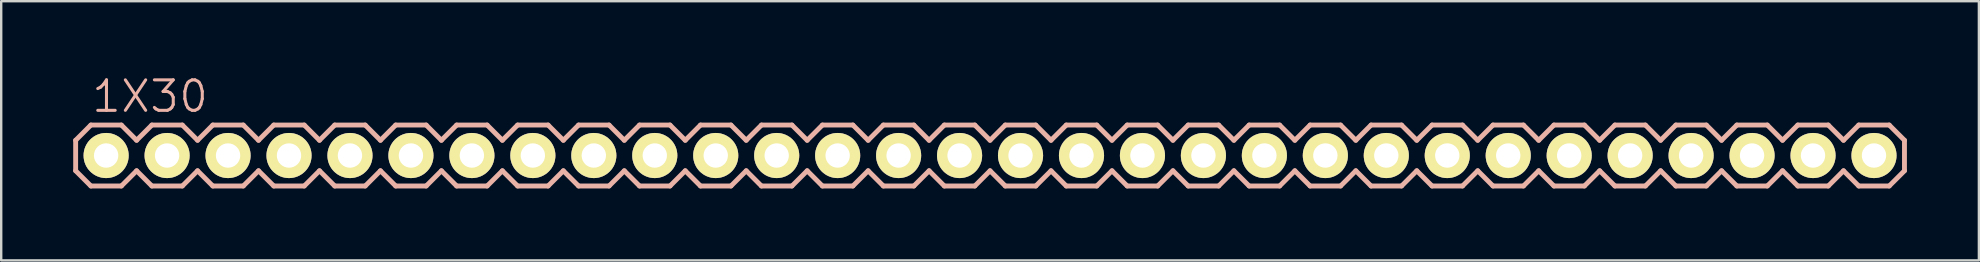
<source format=kicad_pcb>
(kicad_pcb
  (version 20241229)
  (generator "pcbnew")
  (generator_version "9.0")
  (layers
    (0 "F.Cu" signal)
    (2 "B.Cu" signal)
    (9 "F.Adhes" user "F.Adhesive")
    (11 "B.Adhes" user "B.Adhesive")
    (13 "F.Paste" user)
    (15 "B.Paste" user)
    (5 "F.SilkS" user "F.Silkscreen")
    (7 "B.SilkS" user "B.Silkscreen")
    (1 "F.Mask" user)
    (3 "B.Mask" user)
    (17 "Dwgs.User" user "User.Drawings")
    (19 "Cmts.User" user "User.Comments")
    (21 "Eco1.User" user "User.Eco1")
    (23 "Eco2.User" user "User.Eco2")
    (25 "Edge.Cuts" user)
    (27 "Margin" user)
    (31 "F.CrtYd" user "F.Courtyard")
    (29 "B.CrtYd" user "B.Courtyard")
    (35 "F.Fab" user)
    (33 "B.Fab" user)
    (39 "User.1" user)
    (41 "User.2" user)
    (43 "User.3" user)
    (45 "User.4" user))
  (footprint "1X30"
    (layer "F.Cu")
    (at 1.372 3.43)
    (property "Reference" "1X30" (at 1.829 -2.464 0) (layer "B.SilkS") (effects (font (size 1.27 1.27) (thickness 0.127))))
    (attr exclude_from_pos_files exclude_from_bom)
    (fp_line (start -0.254 -0.254) (end 0.254 -0.254) (stroke (width 0.066) (type solid)) (layer "F.SilkS"))
    (fp_line (start -0.254 0.254) (end -0.254 -0.254) (stroke (width 0.066) (type solid)) (layer "F.SilkS"))
    (fp_line (start -0.254 0.254) (end 0.254 0.254) (stroke (width 0.066) (type solid)) (layer "F.SilkS"))
    (fp_line (start 0.254 0.254) (end 0.254 -0.254) (stroke (width 0.066) (type solid)) (layer "F.SilkS"))
    (fp_line (start 2.286 -0.254) (end 2.794 -0.254) (stroke (width 0.066) (type solid)) (layer "F.SilkS"))
    (fp_line (start 2.286 0.254) (end 2.286 -0.254) (stroke (width 0.066) (type solid)) (layer "F.SilkS"))
    (fp_line (start 2.286 0.254) (end 2.794 0.254) (stroke (width 0.066) (type solid)) (layer "F.SilkS"))
    (fp_line (start 2.794 0.254) (end 2.794 -0.254) (stroke (width 0.066) (type solid)) (layer "F.SilkS"))
    (fp_line (start 4.826 -0.254) (end 5.334 -0.254) (stroke (width 0.066) (type solid)) (layer "F.SilkS"))
    (fp_line (start 4.826 0.254) (end 4.826 -0.254) (stroke (width 0.066) (type solid)) (layer "F.SilkS"))
    (fp_line (start 4.826 0.254) (end 5.334 0.254) (stroke (width 0.066) (type solid)) (layer "F.SilkS"))
    (fp_line (start 5.334 0.254) (end 5.334 -0.254) (stroke (width 0.066) (type solid)) (layer "F.SilkS"))
    (fp_line (start 7.366 -0.254) (end 7.874 -0.254) (stroke (width 0.066) (type solid)) (layer "F.SilkS"))
    (fp_line (start 7.366 0.254) (end 7.366 -0.254) (stroke (width 0.066) (type solid)) (layer "F.SilkS"))
    (fp_line (start 7.366 0.254) (end 7.874 0.254) (stroke (width 0.066) (type solid)) (layer "F.SilkS"))
    (fp_line (start 7.874 0.254) (end 7.874 -0.254) (stroke (width 0.066) (type solid)) (layer "F.SilkS"))
    (fp_line (start 9.906 -0.254) (end 10.414 -0.254) (stroke (width 0.066) (type solid)) (layer "F.SilkS"))
    (fp_line (start 9.906 0.254) (end 9.906 -0.254) (stroke (width 0.066) (type solid)) (layer "F.SilkS"))
    (fp_line (start 9.906 0.254) (end 10.414 0.254) (stroke (width 0.066) (type solid)) (layer "F.SilkS"))
    (fp_line (start 10.414 0.254) (end 10.414 -0.254) (stroke (width 0.066) (type solid)) (layer "F.SilkS"))
    (fp_line (start 12.446 -0.254) (end 12.954 -0.254) (stroke (width 0.066) (type solid)) (layer "F.SilkS"))
    (fp_line (start 12.446 0.254) (end 12.446 -0.254) (stroke (width 0.066) (type solid)) (layer "F.SilkS"))
    (fp_line (start 12.446 0.254) (end 12.954 0.254) (stroke (width 0.066) (type solid)) (layer "F.SilkS"))
    (fp_line (start 12.954 0.254) (end 12.954 -0.254) (stroke (width 0.066) (type solid)) (layer "F.SilkS"))
    (fp_line (start 14.986 -0.254) (end 15.494 -0.254) (stroke (width 0.066) (type solid)) (layer "F.SilkS"))
    (fp_line (start 14.986 0.254) (end 14.986 -0.254) (stroke (width 0.066) (type solid)) (layer "F.SilkS"))
    (fp_line (start 14.986 0.254) (end 15.494 0.254) (stroke (width 0.066) (type solid)) (layer "F.SilkS"))
    (fp_line (start 15.494 0.254) (end 15.494 -0.254) (stroke (width 0.066) (type solid)) (layer "F.SilkS"))
    (fp_line (start 17.523 -0.254) (end 18.034 -0.254) (stroke (width 0.066) (type solid)) (layer "F.SilkS"))
    (fp_line (start 17.523 0.254) (end 17.523 -0.254) (stroke (width 0.066) (type solid)) (layer "F.SilkS"))
    (fp_line (start 17.523 0.254) (end 18.034 0.254) (stroke (width 0.066) (type solid)) (layer "F.SilkS"))
    (fp_line (start 18.034 0.254) (end 18.034 -0.254) (stroke (width 0.066) (type solid)) (layer "F.SilkS"))
    (fp_line (start 20.066 -0.254) (end 20.574 -0.254) (stroke (width 0.066) (type solid)) (layer "F.SilkS"))
    (fp_line (start 20.066 0.254) (end 20.066 -0.254) (stroke (width 0.066) (type solid)) (layer "F.SilkS"))
    (fp_line (start 20.066 0.254) (end 20.574 0.254) (stroke (width 0.066) (type solid)) (layer "F.SilkS"))
    (fp_line (start 20.574 0.254) (end 20.574 -0.254) (stroke (width 0.066) (type solid)) (layer "F.SilkS"))
    (fp_line (start 22.606 -0.254) (end 23.114 -0.254) (stroke (width 0.066) (type solid)) (layer "F.SilkS"))
    (fp_line (start 22.606 0.254) (end 22.606 -0.254) (stroke (width 0.066) (type solid)) (layer "F.SilkS"))
    (fp_line (start 22.606 0.254) (end 23.114 0.254) (stroke (width 0.066) (type solid)) (layer "F.SilkS"))
    (fp_line (start 23.114 0.254) (end 23.114 -0.254) (stroke (width 0.066) (type solid)) (layer "F.SilkS"))
    (fp_line (start 25.146 -0.254) (end 25.654 -0.254) (stroke (width 0.066) (type solid)) (layer "F.SilkS"))
    (fp_line (start 25.146 0.254) (end 25.146 -0.254) (stroke (width 0.066) (type solid)) (layer "F.SilkS"))
    (fp_line (start 25.146 0.254) (end 25.654 0.254) (stroke (width 0.066) (type solid)) (layer "F.SilkS"))
    (fp_line (start 25.654 0.254) (end 25.654 -0.254) (stroke (width 0.066) (type solid)) (layer "F.SilkS"))
    (fp_line (start 27.686 -0.254) (end 28.194 -0.254) (stroke (width 0.066) (type solid)) (layer "F.SilkS"))
    (fp_line (start 27.686 0.254) (end 27.686 -0.254) (stroke (width 0.066) (type solid)) (layer "F.SilkS"))
    (fp_line (start 27.686 0.254) (end 28.194 0.254) (stroke (width 0.066) (type solid)) (layer "F.SilkS"))
    (fp_line (start 28.194 0.254) (end 28.194 -0.254) (stroke (width 0.066) (type solid)) (layer "F.SilkS"))
    (fp_line (start 30.226 -0.254) (end 30.734 -0.254) (stroke (width 0.066) (type solid)) (layer "F.SilkS"))
    (fp_line (start 30.226 0.254) (end 30.226 -0.254) (stroke (width 0.066) (type solid)) (layer "F.SilkS"))
    (fp_line (start 30.226 0.254) (end 30.734 0.254) (stroke (width 0.066) (type solid)) (layer "F.SilkS"))
    (fp_line (start 30.734 0.254) (end 30.734 -0.254) (stroke (width 0.066) (type solid)) (layer "F.SilkS"))
    (fp_line (start 32.766 -0.254) (end 33.274 -0.254) (stroke (width 0.066) (type solid)) (layer "F.SilkS"))
    (fp_line (start 32.766 0.254) (end 32.766 -0.254) (stroke (width 0.066) (type solid)) (layer "F.SilkS"))
    (fp_line (start 32.766 0.254) (end 33.274 0.254) (stroke (width 0.066) (type solid)) (layer "F.SilkS"))
    (fp_line (start 33.274 0.254) (end 33.274 -0.254) (stroke (width 0.066) (type solid)) (layer "F.SilkS"))
    (fp_line (start 35.303 -0.254) (end 35.814 -0.254) (stroke (width 0.066) (type solid)) (layer "F.SilkS"))
    (fp_line (start 35.303 0.254) (end 35.303 -0.254) (stroke (width 0.066) (type solid)) (layer "F.SilkS"))
    (fp_line (start 35.303 0.254) (end 35.814 0.254) (stroke (width 0.066) (type solid)) (layer "F.SilkS"))
    (fp_line (start 35.814 0.254) (end 35.814 -0.254) (stroke (width 0.066) (type solid)) (layer "F.SilkS"))
    (fp_line (start 37.846 -0.254) (end 38.354 -0.254) (stroke (width 0.066) (type solid)) (layer "F.SilkS"))
    (fp_line (start 37.846 0.254) (end 37.846 -0.254) (stroke (width 0.066) (type solid)) (layer "F.SilkS"))
    (fp_line (start 37.846 0.254) (end 38.354 0.254) (stroke (width 0.066) (type solid)) (layer "F.SilkS"))
    (fp_line (start 38.354 0.254) (end 38.354 -0.254) (stroke (width 0.066) (type solid)) (layer "F.SilkS"))
    (fp_line (start 40.386 -0.254) (end 40.894 -0.254) (stroke (width 0.066) (type solid)) (layer "F.SilkS"))
    (fp_line (start 40.386 0.254) (end 40.386 -0.254) (stroke (width 0.066) (type solid)) (layer "F.SilkS"))
    (fp_line (start 40.386 0.254) (end 40.894 0.254) (stroke (width 0.066) (type solid)) (layer "F.SilkS"))
    (fp_line (start 40.894 0.254) (end 40.894 -0.254) (stroke (width 0.066) (type solid)) (layer "F.SilkS"))
    (fp_line (start 42.926 -0.254) (end 43.434 -0.254) (stroke (width 0.066) (type solid)) (layer "F.SilkS"))
    (fp_line (start 42.926 0.254) (end 42.926 -0.254) (stroke (width 0.066) (type solid)) (layer "F.SilkS"))
    (fp_line (start 42.926 0.254) (end 43.434 0.254) (stroke (width 0.066) (type solid)) (layer "F.SilkS"))
    (fp_line (start 43.434 0.254) (end 43.434 -0.254) (stroke (width 0.066) (type solid)) (layer "F.SilkS"))
    (fp_line (start 45.466 -0.254) (end 45.974 -0.254) (stroke (width 0.066) (type solid)) (layer "F.SilkS"))
    (fp_line (start 45.466 0.254) (end 45.466 -0.254) (stroke (width 0.066) (type solid)) (layer "F.SilkS"))
    (fp_line (start 45.466 0.254) (end 45.974 0.254) (stroke (width 0.066) (type solid)) (layer "F.SilkS"))
    (fp_line (start 45.974 0.254) (end 45.974 -0.254) (stroke (width 0.066) (type solid)) (layer "F.SilkS"))
    (fp_line (start 48.006 -0.254) (end 48.514 -0.254) (stroke (width 0.066) (type solid)) (layer "F.SilkS"))
    (fp_line (start 48.006 0.254) (end 48.006 -0.254) (stroke (width 0.066) (type solid)) (layer "F.SilkS"))
    (fp_line (start 48.006 0.254) (end 48.514 0.254) (stroke (width 0.066) (type solid)) (layer "F.SilkS"))
    (fp_line (start 48.514 0.254) (end 48.514 -0.254) (stroke (width 0.066) (type solid)) (layer "F.SilkS"))
    (fp_line (start 50.546 -0.254) (end 51.051 -0.254) (stroke (width 0.066) (type solid)) (layer "F.SilkS"))
    (fp_line (start 50.546 0.254) (end 50.546 -0.254) (stroke (width 0.066) (type solid)) (layer "F.SilkS"))
    (fp_line (start 50.546 0.254) (end 51.051 0.254) (stroke (width 0.066) (type solid)) (layer "F.SilkS"))
    (fp_line (start 51.051 0.254) (end 51.051 -0.254) (stroke (width 0.066) (type solid)) (layer "F.SilkS"))
    (fp_line (start 53.086 -0.254) (end 53.594 -0.254) (stroke (width 0.066) (type solid)) (layer "F.SilkS"))
    (fp_line (start 53.086 0.254) (end 53.086 -0.254) (stroke (width 0.066) (type solid)) (layer "F.SilkS"))
    (fp_line (start 53.086 0.254) (end 53.594 0.254) (stroke (width 0.066) (type solid)) (layer "F.SilkS"))
    (fp_line (start 53.594 0.254) (end 53.594 -0.254) (stroke (width 0.066) (type solid)) (layer "F.SilkS"))
    (fp_line (start 55.626 -0.254) (end 56.134 -0.254) (stroke (width 0.066) (type solid)) (layer "F.SilkS"))
    (fp_line (start 55.626 0.254) (end 55.626 -0.254) (stroke (width 0.066) (type solid)) (layer "F.SilkS"))
    (fp_line (start 55.626 0.254) (end 56.134 0.254) (stroke (width 0.066) (type solid)) (layer "F.SilkS"))
    (fp_line (start 56.134 0.254) (end 56.134 -0.254) (stroke (width 0.066) (type solid)) (layer "F.SilkS"))
    (fp_line (start 58.166 -0.254) (end 58.674 -0.254) (stroke (width 0.066) (type solid)) (layer "F.SilkS"))
    (fp_line (start 58.166 0.254) (end 58.166 -0.254) (stroke (width 0.066) (type solid)) (layer "F.SilkS"))
    (fp_line (start 58.166 0.254) (end 58.674 0.254) (stroke (width 0.066) (type solid)) (layer "F.SilkS"))
    (fp_line (start 58.674 0.254) (end 58.674 -0.254) (stroke (width 0.066) (type solid)) (layer "F.SilkS"))
    (fp_line (start 60.706 -0.254) (end 61.214 -0.254) (stroke (width 0.066) (type solid)) (layer "F.SilkS"))
    (fp_line (start 60.706 0.254) (end 60.706 -0.254) (stroke (width 0.066) (type solid)) (layer "F.SilkS"))
    (fp_line (start 60.706 0.254) (end 61.214 0.254) (stroke (width 0.066) (type solid)) (layer "F.SilkS"))
    (fp_line (start 61.214 0.254) (end 61.214 -0.254) (stroke (width 0.066) (type solid)) (layer "F.SilkS"))
    (fp_line (start 63.246 -0.254) (end 63.751 -0.254) (stroke (width 0.066) (type solid)) (layer "F.SilkS"))
    (fp_line (start 63.246 0.254) (end 63.246 -0.254) (stroke (width 0.066) (type solid)) (layer "F.SilkS"))
    (fp_line (start 63.246 0.254) (end 63.751 0.254) (stroke (width 0.066) (type solid)) (layer "F.SilkS"))
    (fp_line (start 63.751 0.254) (end 63.751 -0.254) (stroke (width 0.066) (type solid)) (layer "F.SilkS"))
    (fp_line (start 65.786 -0.254) (end 66.294 -0.254) (stroke (width 0.066) (type solid)) (layer "F.SilkS"))
    (fp_line (start 65.786 0.254) (end 65.786 -0.254) (stroke (width 0.066) (type solid)) (layer "F.SilkS"))
    (fp_line (start 65.786 0.254) (end 66.294 0.254) (stroke (width 0.066) (type solid)) (layer "F.SilkS"))
    (fp_line (start 66.294 0.254) (end 66.294 -0.254) (stroke (width 0.066) (type solid)) (layer "F.SilkS"))
    (fp_line (start 68.326 -0.254) (end 68.834 -0.254) (stroke (width 0.066) (type solid)) (layer "F.SilkS"))
    (fp_line (start 68.326 0.254) (end 68.326 -0.254) (stroke (width 0.066) (type solid)) (layer "F.SilkS"))
    (fp_line (start 68.326 0.254) (end 68.834 0.254) (stroke (width 0.066) (type solid)) (layer "F.SilkS"))
    (fp_line (start 68.834 0.254) (end 68.834 -0.254) (stroke (width 0.066) (type solid)) (layer "F.SilkS"))
    (fp_line (start 70.866 -0.254) (end 71.374 -0.254) (stroke (width 0.066) (type solid)) (layer "F.SilkS"))
    (fp_line (start 70.866 0.254) (end 70.866 -0.254) (stroke (width 0.066) (type solid)) (layer "F.SilkS"))
    (fp_line (start 70.866 0.254) (end 71.374 0.254) (stroke (width 0.066) (type solid)) (layer "F.SilkS"))
    (fp_line (start 71.374 0.254) (end 71.374 -0.254) (stroke (width 0.066) (type solid)) (layer "F.SilkS"))
    (fp_line (start 73.406 -0.254) (end 73.914 -0.254) (stroke (width 0.066) (type solid)) (layer "F.SilkS"))
    (fp_line (start 73.406 0.254) (end 73.406 -0.254) (stroke (width 0.066) (type solid)) (layer "F.SilkS"))
    (fp_line (start 73.406 0.254) (end 73.914 0.254) (stroke (width 0.066) (type solid)) (layer "F.SilkS"))
    (fp_line (start 73.914 0.254) (end 73.914 -0.254) (stroke (width 0.066) (type solid)) (layer "F.SilkS"))
    (fp_line (start -1.27 -0.635) (end -1.27 0.635) (stroke (width 0.203) (type solid)) (layer "B.SilkS"))
    (fp_line (start -1.27 0.635) (end -0.635 1.27) (stroke (width 0.203) (type solid)) (layer "B.SilkS"))
    (fp_line (start -0.635 -1.27) (end -1.27 -0.635) (stroke (width 0.203) (type solid)) (layer "B.SilkS"))
    (fp_line (start -0.635 -1.27) (end 0.635 -1.27) (stroke (width 0.203) (type solid)) (layer "B.SilkS"))
    (fp_line (start 0.635 -1.27) (end 1.27 -0.635) (stroke (width 0.203) (type solid)) (layer "B.SilkS"))
    (fp_line (start 0.635 1.27) (end -0.635 1.27) (stroke (width 0.203) (type solid)) (layer "B.SilkS"))
    (fp_line (start 1.27 -0.635) (end 1.905 -1.27) (stroke (width 0.203) (type solid)) (layer "B.SilkS"))
    (fp_line (start 1.27 0.635) (end 0.635 1.27) (stroke (width 0.203) (type solid)) (layer "B.SilkS"))
    (fp_line (start 1.905 -1.27) (end 3.175 -1.27) (stroke (width 0.203) (type solid)) (layer "B.SilkS"))
    (fp_line (start 1.905 1.27) (end 1.27 0.635) (stroke (width 0.203) (type solid)) (layer "B.SilkS"))
    (fp_line (start 3.175 -1.27) (end 3.81 -0.635) (stroke (width 0.203) (type solid)) (layer "B.SilkS"))
    (fp_line (start 3.175 1.27) (end 1.905 1.27) (stroke (width 0.203) (type solid)) (layer "B.SilkS"))
    (fp_line (start 3.81 -0.635) (end 4.445 -1.27) (stroke (width 0.203) (type solid)) (layer "B.SilkS"))
    (fp_line (start 3.81 0.635) (end 3.175 1.27) (stroke (width 0.203) (type solid)) (layer "B.SilkS"))
    (fp_line (start 4.445 -1.27) (end 5.715 -1.27) (stroke (width 0.203) (type solid)) (layer "B.SilkS"))
    (fp_line (start 4.445 1.27) (end 3.81 0.635) (stroke (width 0.203) (type solid)) (layer "B.SilkS"))
    (fp_line (start 5.715 -1.27) (end 6.35 -0.635) (stroke (width 0.203) (type solid)) (layer "B.SilkS"))
    (fp_line (start 5.715 1.27) (end 4.445 1.27) (stroke (width 0.203) (type solid)) (layer "B.SilkS"))
    (fp_line (start 6.35 0.635) (end 5.715 1.27) (stroke (width 0.203) (type solid)) (layer "B.SilkS"))
    (fp_line (start 6.35 0.635) (end 6.985 1.27) (stroke (width 0.203) (type solid)) (layer "B.SilkS"))
    (fp_line (start 6.985 -1.27) (end 6.35 -0.635) (stroke (width 0.203) (type solid)) (layer "B.SilkS"))
    (fp_line (start 6.985 -1.27) (end 8.255 -1.27) (stroke (width 0.203) (type solid)) (layer "B.SilkS"))
    (fp_line (start 8.255 -1.27) (end 8.89 -0.635) (stroke (width 0.203) (type solid)) (layer "B.SilkS"))
    (fp_line (start 8.255 1.27) (end 6.985 1.27) (stroke (width 0.203) (type solid)) (layer "B.SilkS"))
    (fp_line (start 8.89 -0.635) (end 9.525 -1.27) (stroke (width 0.203) (type solid)) (layer "B.SilkS"))
    (fp_line (start 8.89 0.635) (end 8.255 1.27) (stroke (width 0.203) (type solid)) (layer "B.SilkS"))
    (fp_line (start 9.525 -1.27) (end 10.795 -1.27) (stroke (width 0.203) (type solid)) (layer "B.SilkS"))
    (fp_line (start 9.525 1.27) (end 8.89 0.635) (stroke (width 0.203) (type solid)) (layer "B.SilkS"))
    (fp_line (start 10.795 -1.27) (end 11.43 -0.635) (stroke (width 0.203) (type solid)) (layer "B.SilkS"))
    (fp_line (start 10.795 1.27) (end 9.525 1.27) (stroke (width 0.203) (type solid)) (layer "B.SilkS"))
    (fp_line (start 11.43 -0.635) (end 12.065 -1.27) (stroke (width 0.203) (type solid)) (layer "B.SilkS"))
    (fp_line (start 11.43 0.635) (end 10.795 1.27) (stroke (width 0.203) (type solid)) (layer "B.SilkS"))
    (fp_line (start 12.065 -1.27) (end 13.335 -1.27) (stroke (width 0.203) (type solid)) (layer "B.SilkS"))
    (fp_line (start 12.065 1.27) (end 11.43 0.635) (stroke (width 0.203) (type solid)) (layer "B.SilkS"))
    (fp_line (start 13.335 -1.27) (end 13.97 -0.635) (stroke (width 0.203) (type solid)) (layer "B.SilkS"))
    (fp_line (start 13.335 1.27) (end 12.065 1.27) (stroke (width 0.203) (type solid)) (layer "B.SilkS"))
    (fp_line (start 13.97 0.635) (end 13.335 1.27) (stroke (width 0.203) (type solid)) (layer "B.SilkS"))
    (fp_line (start 13.97 0.635) (end 14.605 1.27) (stroke (width 0.203) (type solid)) (layer "B.SilkS"))
    (fp_line (start 14.605 -1.27) (end 13.97 -0.635) (stroke (width 0.203) (type solid)) (layer "B.SilkS"))
    (fp_line (start 14.605 -1.27) (end 15.875 -1.27) (stroke (width 0.203) (type solid)) (layer "B.SilkS"))
    (fp_line (start 15.875 -1.27) (end 16.51 -0.635) (stroke (width 0.203) (type solid)) (layer "B.SilkS"))
    (fp_line (start 15.875 1.27) (end 14.605 1.27) (stroke (width 0.203) (type solid)) (layer "B.SilkS"))
    (fp_line (start 16.51 0.635) (end 15.875 1.27) (stroke (width 0.203) (type solid)) (layer "B.SilkS"))
    (fp_line (start 16.51 0.635) (end 17.145 1.27) (stroke (width 0.203) (type solid)) (layer "B.SilkS"))
    (fp_line (start 17.145 -1.27) (end 16.51 -0.635) (stroke (width 0.203) (type solid)) (layer "B.SilkS"))
    (fp_line (start 17.145 -1.27) (end 18.415 -1.27) (stroke (width 0.203) (type solid)) (layer "B.SilkS"))
    (fp_line (start 18.415 -1.27) (end 19.05 -0.635) (stroke (width 0.203) (type solid)) (layer "B.SilkS"))
    (fp_line (start 18.415 1.27) (end 17.145 1.27) (stroke (width 0.203) (type solid)) (layer "B.SilkS"))
    (fp_line (start 19.05 -0.635) (end 19.685 -1.27) (stroke (width 0.203) (type solid)) (layer "B.SilkS"))
    (fp_line (start 19.05 0.635) (end 18.415 1.27) (stroke (width 0.203) (type solid)) (layer "B.SilkS"))
    (fp_line (start 19.685 -1.27) (end 20.955 -1.27) (stroke (width 0.203) (type solid)) (layer "B.SilkS"))
    (fp_line (start 19.685 1.27) (end 19.05 0.635) (stroke (width 0.203) (type solid)) (layer "B.SilkS"))
    (fp_line (start 20.955 -1.27) (end 21.59 -0.635) (stroke (width 0.203) (type solid)) (layer "B.SilkS"))
    (fp_line (start 20.955 1.27) (end 19.685 1.27) (stroke (width 0.203) (type solid)) (layer "B.SilkS"))
    (fp_line (start 21.59 -0.635) (end 22.225 -1.27) (stroke (width 0.203) (type solid)) (layer "B.SilkS"))
    (fp_line (start 21.59 0.635) (end 20.955 1.27) (stroke (width 0.203) (type solid)) (layer "B.SilkS"))
    (fp_line (start 22.225 -1.27) (end 23.495 -1.27) (stroke (width 0.203) (type solid)) (layer "B.SilkS"))
    (fp_line (start 22.225 1.27) (end 21.59 0.635) (stroke (width 0.203) (type solid)) (layer "B.SilkS"))
    (fp_line (start 23.495 -1.27) (end 24.13 -0.635) (stroke (width 0.203) (type solid)) (layer "B.SilkS"))
    (fp_line (start 23.495 1.27) (end 22.225 1.27) (stroke (width 0.203) (type solid)) (layer "B.SilkS"))
    (fp_line (start 24.13 0.635) (end 23.495 1.27) (stroke (width 0.203) (type solid)) (layer "B.SilkS"))
    (fp_line (start 24.13 0.635) (end 24.765 1.27) (stroke (width 0.203) (type solid)) (layer "B.SilkS"))
    (fp_line (start 24.765 -1.27) (end 24.13 -0.635) (stroke (width 0.203) (type solid)) (layer "B.SilkS"))
    (fp_line (start 24.765 -1.27) (end 26.035 -1.27) (stroke (width 0.203) (type solid)) (layer "B.SilkS"))
    (fp_line (start 26.035 -1.27) (end 26.67 -0.635) (stroke (width 0.203) (type solid)) (layer "B.SilkS"))
    (fp_line (start 26.035 1.27) (end 24.765 1.27) (stroke (width 0.203) (type solid)) (layer "B.SilkS"))
    (fp_line (start 26.67 -0.635) (end 27.305 -1.27) (stroke (width 0.203) (type solid)) (layer "B.SilkS"))
    (fp_line (start 26.67 0.635) (end 26.035 1.27) (stroke (width 0.203) (type solid)) (layer "B.SilkS"))
    (fp_line (start 27.305 -1.27) (end 28.575 -1.27) (stroke (width 0.203) (type solid)) (layer "B.SilkS"))
    (fp_line (start 27.305 1.27) (end 26.67 0.635) (stroke (width 0.203) (type solid)) (layer "B.SilkS"))
    (fp_line (start 28.575 -1.27) (end 29.21 -0.635) (stroke (width 0.203) (type solid)) (layer "B.SilkS"))
    (fp_line (start 28.575 1.27) (end 27.305 1.27) (stroke (width 0.203) (type solid)) (layer "B.SilkS"))
    (fp_line (start 29.21 -0.635) (end 29.845 -1.27) (stroke (width 0.203) (type solid)) (layer "B.SilkS"))
    (fp_line (start 29.21 0.635) (end 28.575 1.27) (stroke (width 0.203) (type solid)) (layer "B.SilkS"))
    (fp_line (start 29.845 -1.27) (end 31.115 -1.27) (stroke (width 0.203) (type solid)) (layer "B.SilkS"))
    (fp_line (start 29.845 1.27) (end 29.21 0.635) (stroke (width 0.203) (type solid)) (layer "B.SilkS"))
    (fp_line (start 31.115 -1.27) (end 31.75 -0.635) (stroke (width 0.203) (type solid)) (layer "B.SilkS"))
    (fp_line (start 31.115 1.27) (end 29.845 1.27) (stroke (width 0.203) (type solid)) (layer "B.SilkS"))
    (fp_line (start 31.75 0.635) (end 31.115 1.27) (stroke (width 0.203) (type solid)) (layer "B.SilkS"))
    (fp_line (start 31.75 0.635) (end 32.385 1.27) (stroke (width 0.203) (type solid)) (layer "B.SilkS"))
    (fp_line (start 32.385 -1.27) (end 31.75 -0.635) (stroke (width 0.203) (type solid)) (layer "B.SilkS"))
    (fp_line (start 32.385 -1.27) (end 33.655 -1.27) (stroke (width 0.203) (type solid)) (layer "B.SilkS"))
    (fp_line (start 33.655 -1.27) (end 34.29 -0.635) (stroke (width 0.203) (type solid)) (layer "B.SilkS"))
    (fp_line (start 33.655 1.27) (end 32.385 1.27) (stroke (width 0.203) (type solid)) (layer "B.SilkS"))
    (fp_line (start 34.29 0.635) (end 33.655 1.27) (stroke (width 0.203) (type solid)) (layer "B.SilkS"))
    (fp_line (start 34.29 0.635) (end 34.925 1.27) (stroke (width 0.203) (type solid)) (layer "B.SilkS"))
    (fp_line (start 34.925 -1.27) (end 34.29 -0.635) (stroke (width 0.203) (type solid)) (layer "B.SilkS"))
    (fp_line (start 34.925 -1.27) (end 36.195 -1.27) (stroke (width 0.203) (type solid)) (layer "B.SilkS"))
    (fp_line (start 36.195 -1.27) (end 36.83 -0.635) (stroke (width 0.203) (type solid)) (layer "B.SilkS"))
    (fp_line (start 36.195 1.27) (end 34.925 1.27) (stroke (width 0.203) (type solid)) (layer "B.SilkS"))
    (fp_line (start 36.83 0.635) (end 36.195 1.27) (stroke (width 0.203) (type solid)) (layer "B.SilkS"))
    (fp_line (start 36.83 0.635) (end 37.465 1.27) (stroke (width 0.203) (type solid)) (layer "B.SilkS"))
    (fp_line (start 37.465 -1.27) (end 36.83 -0.635) (stroke (width 0.203) (type solid)) (layer "B.SilkS"))
    (fp_line (start 37.465 -1.27) (end 38.735 -1.27) (stroke (width 0.203) (type solid)) (layer "B.SilkS"))
    (fp_line (start 38.735 -1.27) (end 39.37 -0.635) (stroke (width 0.203) (type solid)) (layer "B.SilkS"))
    (fp_line (start 38.735 1.27) (end 37.465 1.27) (stroke (width 0.203) (type solid)) (layer "B.SilkS"))
    (fp_line (start 39.37 0.635) (end 38.735 1.27) (stroke (width 0.203) (type solid)) (layer "B.SilkS"))
    (fp_line (start 39.37 0.635) (end 40.005 1.27) (stroke (width 0.203) (type solid)) (layer "B.SilkS"))
    (fp_line (start 40.005 -1.27) (end 39.37 -0.635) (stroke (width 0.203) (type solid)) (layer "B.SilkS"))
    (fp_line (start 40.005 -1.27) (end 41.275 -1.27) (stroke (width 0.203) (type solid)) (layer "B.SilkS"))
    (fp_line (start 41.275 -1.27) (end 41.91 -0.635) (stroke (width 0.203) (type solid)) (layer "B.SilkS"))
    (fp_line (start 41.275 1.27) (end 40.005 1.27) (stroke (width 0.203) (type solid)) (layer "B.SilkS"))
    (fp_line (start 41.91 0.635) (end 41.275 1.27) (stroke (width 0.203) (type solid)) (layer "B.SilkS"))
    (fp_line (start 41.91 0.635) (end 42.545 1.27) (stroke (width 0.203) (type solid)) (layer "B.SilkS"))
    (fp_line (start 42.545 -1.27) (end 41.91 -0.635) (stroke (width 0.203) (type solid)) (layer "B.SilkS"))
    (fp_line (start 42.545 -1.27) (end 43.815 -1.27) (stroke (width 0.203) (type solid)) (layer "B.SilkS"))
    (fp_line (start 43.815 -1.27) (end 44.45 -0.635) (stroke (width 0.203) (type solid)) (layer "B.SilkS"))
    (fp_line (start 43.815 1.27) (end 42.545 1.27) (stroke (width 0.203) (type solid)) (layer "B.SilkS"))
    (fp_line (start 44.45 0.635) (end 43.815 1.27) (stroke (width 0.203) (type solid)) (layer "B.SilkS"))
    (fp_line (start 44.45 0.635) (end 45.085 1.27) (stroke (width 0.203) (type solid)) (layer "B.SilkS"))
    (fp_line (start 45.085 -1.27) (end 44.45 -0.635) (stroke (width 0.203) (type solid)) (layer "B.SilkS"))
    (fp_line (start 45.085 -1.27) (end 46.355 -1.27) (stroke (width 0.203) (type solid)) (layer "B.SilkS"))
    (fp_line (start 46.355 -1.27) (end 46.99 -0.635) (stroke (width 0.203) (type solid)) (layer "B.SilkS"))
    (fp_line (start 46.355 1.27) (end 45.085 1.27) (stroke (width 0.203) (type solid)) (layer "B.SilkS"))
    (fp_line (start 46.99 0.635) (end 46.355 1.27) (stroke (width 0.203) (type solid)) (layer "B.SilkS"))
    (fp_line (start 46.99 0.635) (end 47.625 1.27) (stroke (width 0.203) (type solid)) (layer "B.SilkS"))
    (fp_line (start 47.625 -1.27) (end 46.99 -0.635) (stroke (width 0.203) (type solid)) (layer "B.SilkS"))
    (fp_line (start 47.625 -1.27) (end 48.895 -1.27) (stroke (width 0.203) (type solid)) (layer "B.SilkS"))
    (fp_line (start 48.895 -1.27) (end 49.53 -0.635) (stroke (width 0.203) (type solid)) (layer "B.SilkS"))
    (fp_line (start 48.895 1.27) (end 47.625 1.27) (stroke (width 0.203) (type solid)) (layer "B.SilkS"))
    (fp_line (start 49.53 0.635) (end 48.895 1.27) (stroke (width 0.203) (type solid)) (layer "B.SilkS"))
    (fp_line (start 49.53 0.635) (end 50.165 1.27) (stroke (width 0.203) (type solid)) (layer "B.SilkS"))
    (fp_line (start 50.165 -1.27) (end 49.53 -0.635) (stroke (width 0.203) (type solid)) (layer "B.SilkS"))
    (fp_line (start 50.165 -1.27) (end 51.435 -1.27) (stroke (width 0.203) (type solid)) (layer "B.SilkS"))
    (fp_line (start 51.435 -1.27) (end 52.07 -0.635) (stroke (width 0.203) (type solid)) (layer "B.SilkS"))
    (fp_line (start 51.435 1.27) (end 50.165 1.27) (stroke (width 0.203) (type solid)) (layer "B.SilkS"))
    (fp_line (start 52.07 0.635) (end 51.435 1.27) (stroke (width 0.203) (type solid)) (layer "B.SilkS"))
    (fp_line (start 52.07 0.635) (end 52.705 1.27) (stroke (width 0.203) (type solid)) (layer "B.SilkS"))
    (fp_line (start 52.705 -1.27) (end 52.07 -0.635) (stroke (width 0.203) (type solid)) (layer "B.SilkS"))
    (fp_line (start 52.705 -1.27) (end 53.975 -1.27) (stroke (width 0.203) (type solid)) (layer "B.SilkS"))
    (fp_line (start 53.975 -1.27) (end 54.61 -0.635) (stroke (width 0.203) (type solid)) (layer "B.SilkS"))
    (fp_line (start 53.975 1.27) (end 52.705 1.27) (stroke (width 0.203) (type solid)) (layer "B.SilkS"))
    (fp_line (start 54.61 0.635) (end 53.975 1.27) (stroke (width 0.203) (type solid)) (layer "B.SilkS"))
    (fp_line (start 54.61 0.635) (end 55.245 1.27) (stroke (width 0.203) (type solid)) (layer "B.SilkS"))
    (fp_line (start 55.245 -1.27) (end 54.61 -0.635) (stroke (width 0.203) (type solid)) (layer "B.SilkS"))
    (fp_line (start 55.245 -1.27) (end 56.515 -1.27) (stroke (width 0.203) (type solid)) (layer "B.SilkS"))
    (fp_line (start 56.515 -1.27) (end 57.15 -0.635) (stroke (width 0.203) (type solid)) (layer "B.SilkS"))
    (fp_line (start 56.515 1.27) (end 55.245 1.27) (stroke (width 0.203) (type solid)) (layer "B.SilkS"))
    (fp_line (start 57.15 -0.635) (end 57.785 -1.27) (stroke (width 0.203) (type solid)) (layer "B.SilkS"))
    (fp_line (start 57.15 0.635) (end 56.515 1.27) (stroke (width 0.203) (type solid)) (layer "B.SilkS"))
    (fp_line (start 57.15 0.635) (end 57.785 1.27) (stroke (width 0.203) (type solid)) (layer "B.SilkS"))
    (fp_line (start 57.785 -1.27) (end 59.055 -1.27) (stroke (width 0.203) (type solid)) (layer "B.SilkS"))
    (fp_line (start 59.055 -1.27) (end 59.69 -0.635) (stroke (width 0.203) (type solid)) (layer "B.SilkS"))
    (fp_line (start 59.055 1.27) (end 57.785 1.27) (stroke (width 0.203) (type solid)) (layer "B.SilkS"))
    (fp_line (start 59.69 0.635) (end 59.055 1.27) (stroke (width 0.203) (type solid)) (layer "B.SilkS"))
    (fp_line (start 59.69 0.635) (end 60.325 1.27) (stroke (width 0.203) (type solid)) (layer "B.SilkS"))
    (fp_line (start 60.325 -1.27) (end 59.69 -0.635) (stroke (width 0.203) (type solid)) (layer "B.SilkS"))
    (fp_line (start 60.325 -1.27) (end 61.595 -1.27) (stroke (width 0.203) (type solid)) (layer "B.SilkS"))
    (fp_line (start 61.595 -1.27) (end 62.23 -0.635) (stroke (width 0.203) (type solid)) (layer "B.SilkS"))
    (fp_line (start 61.595 1.27) (end 60.325 1.27) (stroke (width 0.203) (type solid)) (layer "B.SilkS"))
    (fp_line (start 62.23 -0.635) (end 62.865 -1.27) (stroke (width 0.203) (type solid)) (layer "B.SilkS"))
    (fp_line (start 62.23 0.635) (end 61.595 1.27) (stroke (width 0.203) (type solid)) (layer "B.SilkS"))
    (fp_line (start 62.23 0.635) (end 62.865 1.27) (stroke (width 0.203) (type solid)) (layer "B.SilkS"))
    (fp_line (start 62.865 -1.27) (end 64.135 -1.27) (stroke (width 0.203) (type solid)) (layer "B.SilkS"))
    (fp_line (start 64.135 -1.27) (end 64.77 -0.635) (stroke (width 0.203) (type solid)) (layer "B.SilkS"))
    (fp_line (start 64.135 1.27) (end 62.865 1.27) (stroke (width 0.203) (type solid)) (layer "B.SilkS"))
    (fp_line (start 64.77 0.635) (end 64.135 1.27) (stroke (width 0.203) (type solid)) (layer "B.SilkS"))
    (fp_line (start 64.77 0.635) (end 65.405 1.27) (stroke (width 0.203) (type solid)) (layer "B.SilkS"))
    (fp_line (start 65.405 -1.27) (end 64.77 -0.635) (stroke (width 0.203) (type solid)) (layer "B.SilkS"))
    (fp_line (start 65.405 -1.27) (end 66.675 -1.27) (stroke (width 0.203) (type solid)) (layer "B.SilkS"))
    (fp_line (start 66.675 -1.27) (end 67.31 -0.635) (stroke (width 0.203) (type solid)) (layer "B.SilkS"))
    (fp_line (start 66.675 1.27) (end 65.405 1.27) (stroke (width 0.203) (type solid)) (layer "B.SilkS"))
    (fp_line (start 67.31 -0.635) (end 67.945 -1.27) (stroke (width 0.203) (type solid)) (layer "B.SilkS"))
    (fp_line (start 67.31 0.635) (end 66.675 1.27) (stroke (width 0.203) (type solid)) (layer "B.SilkS"))
    (fp_line (start 67.31 0.635) (end 67.945 1.27) (stroke (width 0.203) (type solid)) (layer "B.SilkS"))
    (fp_line (start 67.945 -1.27) (end 69.215 -1.27) (stroke (width 0.203) (type solid)) (layer "B.SilkS"))
    (fp_line (start 69.215 -1.27) (end 69.85 -0.635) (stroke (width 0.203) (type solid)) (layer "B.SilkS"))
    (fp_line (start 69.215 1.27) (end 67.945 1.27) (stroke (width 0.203) (type solid)) (layer "B.SilkS"))
    (fp_line (start 69.85 0.635) (end 69.215 1.27) (stroke (width 0.203) (type solid)) (layer "B.SilkS"))
    (fp_line (start 69.85 0.635) (end 70.485 1.27) (stroke (width 0.203) (type solid)) (layer "B.SilkS"))
    (fp_line (start 70.485 -1.27) (end 69.85 -0.635) (stroke (width 0.203) (type solid)) (layer "B.SilkS"))
    (fp_line (start 70.485 -1.27) (end 71.755 -1.27) (stroke (width 0.203) (type solid)) (layer "B.SilkS"))
    (fp_line (start 71.755 -1.27) (end 72.39 -0.635) (stroke (width 0.203) (type solid)) (layer "B.SilkS"))
    (fp_line (start 71.755 1.27) (end 70.485 1.27) (stroke (width 0.203) (type solid)) (layer "B.SilkS"))
    (fp_line (start 72.39 0.635) (end 71.755 1.27) (stroke (width 0.203) (type solid)) (layer "B.SilkS"))
    (fp_line (start 72.39 0.635) (end 73.025 1.27) (stroke (width 0.203) (type solid)) (layer "B.SilkS"))
    (fp_line (start 73.025 -1.27) (end 72.39 -0.635) (stroke (width 0.203) (type solid)) (layer "B.SilkS"))
    (fp_line (start 73.025 -1.27) (end 74.295 -1.27) (stroke (width 0.203) (type solid)) (layer "B.SilkS"))
    (fp_line (start 74.295 -1.27) (end 74.93 -0.635) (stroke (width 0.203) (type solid)) (layer "B.SilkS"))
    (fp_line (start 74.295 1.27) (end 73.025 1.27) (stroke (width 0.203) (type solid)) (layer "B.SilkS"))
    (fp_line (start 74.93 -0.635) (end 74.93 0.635) (stroke (width 0.203) (type solid)) (layer "B.SilkS"))
    (fp_line (start 74.93 0.635) (end 74.295 1.27) (stroke (width 0.203) (type solid)) (layer "B.SilkS"))
    (pad "1" thru_hole circle (at 0 0) (size 1.88 1.88) (drill 1.016) (layers "*.Cu" "F.Mask" "F.SilkS" "F.Paste"))
    (pad "2" thru_hole circle (at 2.54 0) (size 1.88 1.88) (drill 1.016) (layers "*.Cu" "F.Mask" "F.SilkS" "F.Paste"))
    (pad "3" thru_hole circle (at 5.08 0) (size 1.88 1.88) (drill 1.016) (layers "*.Cu" "F.Mask" "F.SilkS" "F.Paste"))
    (pad "4" thru_hole circle (at 7.62 0) (size 1.88 1.88) (drill 1.016) (layers "*.Cu" "F.Mask" "F.SilkS" "F.Paste"))
    (pad "5" thru_hole circle (at 10.16 0) (size 1.88 1.88) (drill 1.016) (layers "*.Cu" "F.Mask" "F.SilkS" "F.Paste"))
    (pad "6" thru_hole circle (at 12.7 0) (size 1.88 1.88) (drill 1.016) (layers "*.Cu" "F.Mask" "F.SilkS" "F.Paste"))
    (pad "7" thru_hole circle (at 15.24 0) (size 1.88 1.88) (drill 1.016) (layers "*.Cu" "F.Mask" "F.SilkS" "F.Paste"))
    (pad "8" thru_hole circle (at 17.78 0) (size 1.88 1.88) (drill 1.016) (layers "*.Cu" "F.Mask" "F.SilkS" "F.Paste"))
    (pad "9" thru_hole circle (at 20.32 0) (size 1.88 1.88) (drill 1.016) (layers "*.Cu" "F.Mask" "F.SilkS" "F.Paste"))
    (pad "10" thru_hole circle (at 22.86 0) (size 1.88 1.88) (drill 1.016) (layers "*.Cu" "F.Mask" "F.SilkS" "F.Paste"))
    (pad "11" thru_hole circle (at 25.4 0) (size 1.88 1.88) (drill 1.016) (layers "*.Cu" "F.Mask" "F.SilkS" "F.Paste"))
    (pad "12" thru_hole circle (at 27.94 0) (size 1.88 1.88) (drill 1.016) (layers "*.Cu" "F.Mask" "F.SilkS" "F.Paste"))
    (pad "13" thru_hole circle (at 30.48 0) (size 1.88 1.88) (drill 1.016) (layers "*.Cu" "F.Mask" "F.SilkS" "F.Paste"))
    (pad "14" thru_hole circle (at 33.02 0) (size 1.88 1.88) (drill 1.016) (layers "*.Cu" "F.Mask" "F.SilkS" "F.Paste"))
    (pad "15" thru_hole circle (at 35.56 0) (size 1.88 1.88) (drill 1.016) (layers "*.Cu" "F.Mask" "F.SilkS" "F.Paste"))
    (pad "16" thru_hole circle (at 38.1 0) (size 1.88 1.88) (drill 1.016) (layers "*.Cu" "F.Mask" "F.SilkS" "F.Paste"))
    (pad "17" thru_hole circle (at 40.64 0) (size 1.88 1.88) (drill 1.016) (layers "*.Cu" "F.Mask" "F.SilkS" "F.Paste"))
    (pad "18" thru_hole circle (at 43.18 0) (size 1.88 1.88) (drill 1.016) (layers "*.Cu" "F.Mask" "F.SilkS" "F.Paste"))
    (pad "19" thru_hole circle (at 45.72 0) (size 1.88 1.88) (drill 1.016) (layers "*.Cu" "F.Mask" "F.SilkS" "F.Paste"))
    (pad "20" thru_hole circle (at 48.26 0) (size 1.88 1.88) (drill 1.016) (layers "*.Cu" "F.Mask" "F.SilkS" "F.Paste"))
    (pad "21" thru_hole circle (at 50.8 0) (size 1.88 1.88) (drill 1.016) (layers "*.Cu" "F.Mask" "F.SilkS" "F.Paste"))
    (pad "22" thru_hole circle (at 53.34 0) (size 1.88 1.88) (drill 1.016) (layers "*.Cu" "F.Mask" "F.SilkS" "F.Paste"))
    (pad "23" thru_hole circle (at 55.88 0) (size 1.88 1.88) (drill 1.016) (layers "*.Cu" "F.Mask" "F.SilkS" "F.Paste"))
    (pad "24" thru_hole circle (at 58.42 0) (size 1.88 1.88) (drill 1.016) (layers "*.Cu" "F.Mask" "F.SilkS" "F.Paste"))
    (pad "25" thru_hole circle (at 60.96 0) (size 1.88 1.88) (drill 1.016) (layers "*.Cu" "F.Mask" "F.SilkS" "F.Paste"))
    (pad "26" thru_hole circle (at 63.5 0) (size 1.88 1.88) (drill 1.016) (layers "*.Cu" "F.Mask" "F.SilkS" "F.Paste"))
    (pad "27" thru_hole circle (at 66.04 0) (size 1.88 1.88) (drill 1.016) (layers "*.Cu" "F.Mask" "F.SilkS" "F.Paste"))
    (pad "28" thru_hole circle (at 68.58 0) (size 1.88 1.88) (drill 1.016) (layers "*.Cu" "F.Mask" "F.SilkS" "F.Paste"))
    (pad "29" thru_hole circle (at 71.12 0) (size 1.88 1.88) (drill 1.016) (layers "*.Cu" "F.Mask" "F.SilkS" "F.Paste"))
    (pad "30" thru_hole circle (at 73.66 0) (size 1.88 1.88) (drill 1.016) (layers "*.Cu" "F.Mask" "F.SilkS" "F.Paste")))
  (gr_rect
    (start -3 -3)
    (end 79.403 7.801)
    (stroke (width 0.1) (type default))
    (fill no)
    (layer "Edge.Cuts")))
</source>
